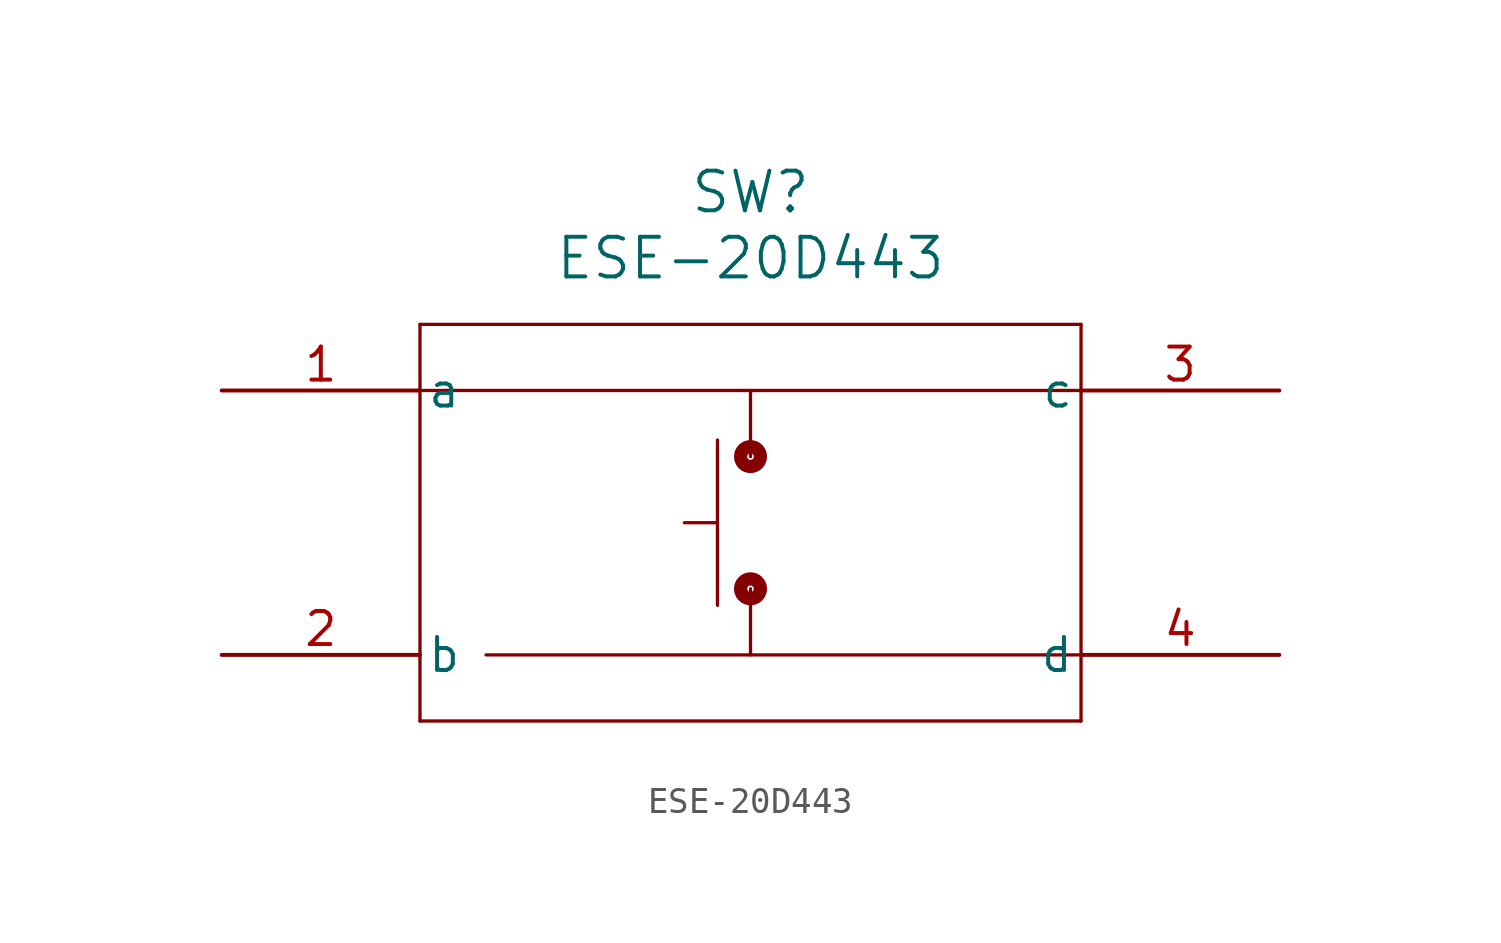
<source format=kicad_sym>
(kicad_symbol_lib
  (version 20241209)
  (generator "kicad_symbol_editor")
  (generator_version "9.0")
  (symbol "ESE-20D443"
    (pin_names
      (offset 0.254))
    (property "Reference" "SW"
      (at 20.32 7.62 0)
      (effects (font (size 1.524 1.524))))
    (property "Value" "ESE-20D443"
      (at 20.32 5.08 0)
      (effects (font (size 1.524 1.524))))
    (property "ki_locked" ""
      (at 0 0 0)
      (effects (font (size 1.27 1.27))))
    (symbol "ESE-20D443_0_1"
      (polyline (pts (xy 7.62 2.54) (xy 7.62 -12.7)) (stroke (width 0.127) (type default)) (fill (type none)))
      (polyline (pts (xy 7.62 0) (xy 33.02 0)) (stroke (width 0.127) (type default)) (fill (type none)))
      (polyline (pts (xy 7.62 -12.7) (xy 33.02 -12.7)) (stroke (width 0.127) (type default)) (fill (type none)))
      (polyline (pts (xy 10.16 -10.16) (xy 33.02 -10.16)) (stroke (width 0.127) (type default)) (fill (type none)))
      (polyline (pts (xy 19.05 -1.905) (xy 19.05 -8.255)) (stroke (width 0.127) (type default)) (fill (type none)))
      (polyline (pts (xy 19.05 -5.08) (xy 17.78 -5.08)) (stroke (width 0.127) (type default)) (fill (type none)))
      (polyline (pts (xy 20.32 0) (xy 20.32 -2.54)) (stroke (width 0.127) (type default)) (fill (type none)))
      (circle (center 20.32 -2.54) (radius 0.127) (stroke (width 0.508) (type default)) (fill (type none)))
      (polyline (pts (xy 20.32 -7.62) (xy 20.32 -10.16)) (stroke (width 0.127) (type default)) (fill (type none)))
      (circle (center 20.32 -7.62) (radius 0.127) (stroke (width 0.508) (type default)) (fill (type none)))
      (polyline (pts (xy 33.02 2.54) (xy 7.62 2.54)) (stroke (width 0.127) (type default)) (fill (type none)))
      (polyline (pts (xy 33.02 -12.7) (xy 33.02 2.54)) (stroke (width 0.127) (type default)) (fill (type none)))
      (pin unspecified line (at 0 0 0) (length 7.62) (name "a" (effects (font (size 1.27 1.27)))) (number "1" (effects (font (size 1.27 1.27)))))
      (pin unspecified line (at 0 -10.16 0) (length 7.62) (name "b" (effects (font (size 1.27 1.27)))) (number "2" (effects (font (size 1.27 1.27)))))
      (pin unspecified line (at 40.64 -10.16 180) (length 7.62) (name "d" (effects (font (size 1.27 1.27)))) (number "4" (effects (font (size 1.27 1.27))))))
    (symbol "ESE-20D443_1_1"
      (pin unspecified line (at 40.64 0 180) (length 7.62) (name "c" (effects (font (size 1.27 1.27)))) (number "3" (effects (font (size 1.27 1.27))))))))
</source>
